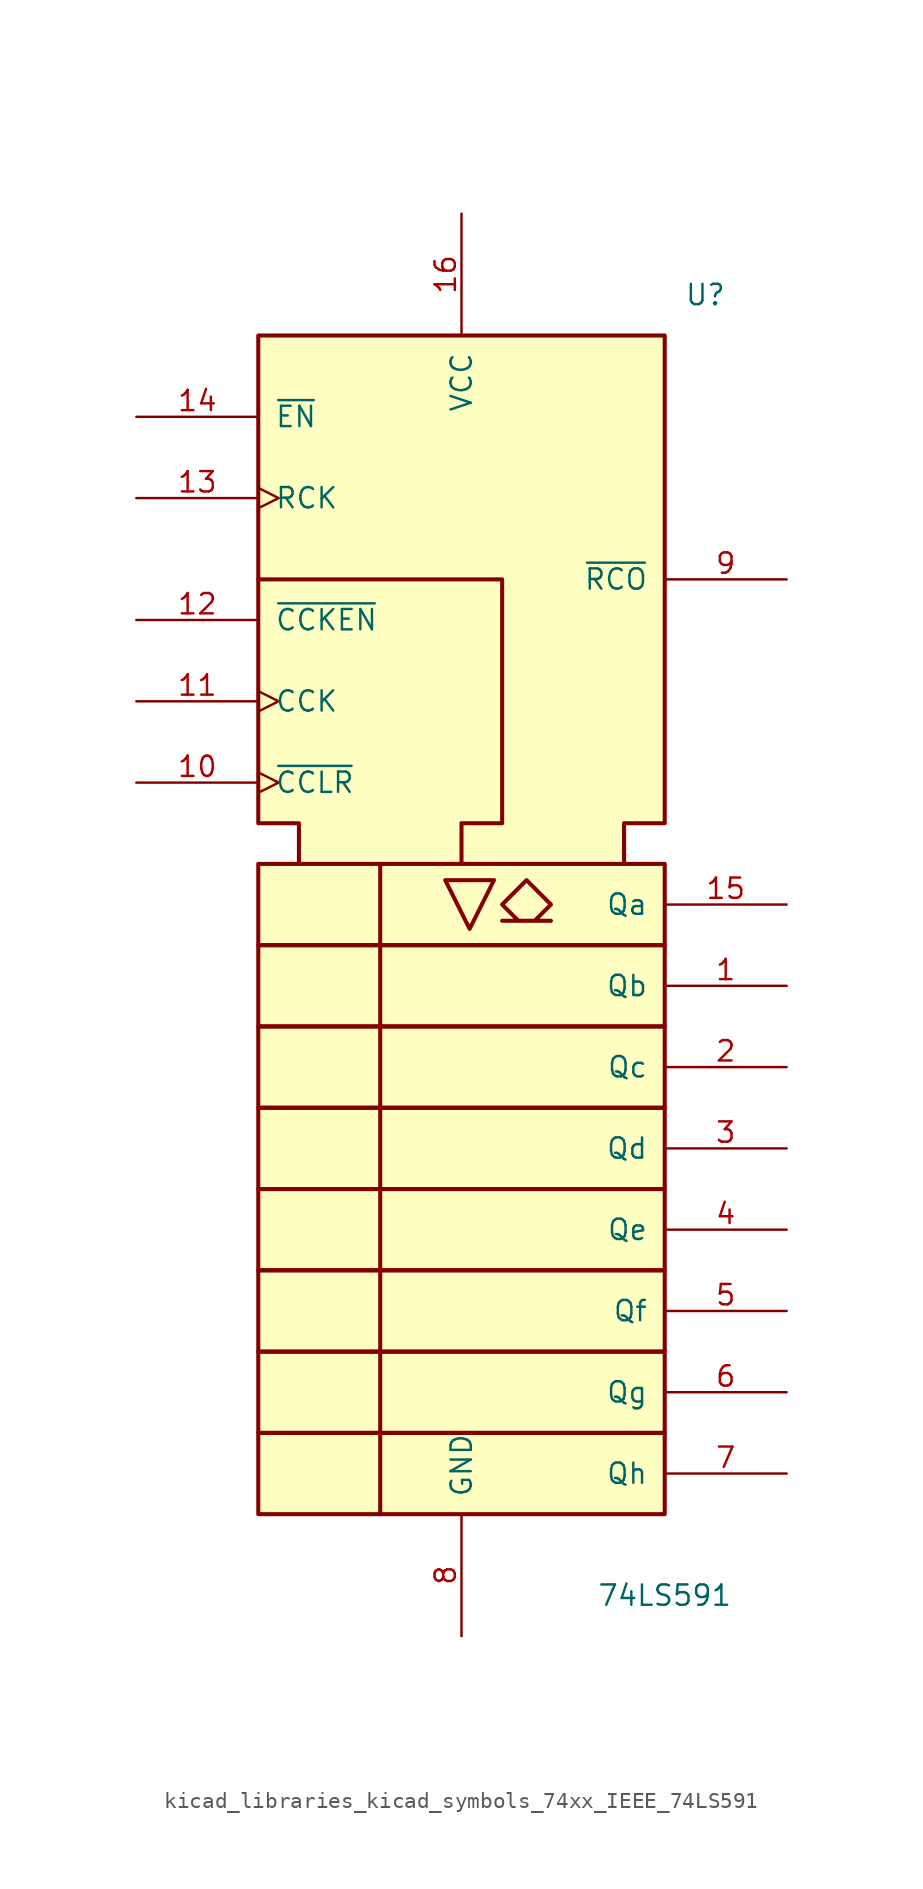
<source format=kicad_sym>
(kicad_symbol_lib
  (version 20220914)
  (generator kicad_symbol_editor)
  (symbol "kicad_libraries_kicad_symbols_74xx_IEEE_74LS591"
    (pin_names
      (offset 1.016))
    (property "Reference" "U"
      (at 15.24 40.64 0)
      (effects (font (size 1.27 1.27))))
    (property "Value" "74LS591"
      (at 12.7 -40.64 0)
      (effects (font (size 1.27 1.27))))
    (symbol "kicad_libraries_kicad_symbols_74xx_IEEE_74LS591_0_0"
      (rectangle (start -12.7 -30.48) (end 12.7 -35.56) (stroke (width 0.254) (type default)) (fill (type background)))
      (rectangle (start -12.7 -25.4) (end 12.7 -30.48) (stroke (width 0.254) (type default)) (fill (type background)))
      (rectangle (start -12.7 -20.32) (end 12.7 -25.4) (stroke (width 0.254) (type default)) (fill (type background)))
      (rectangle (start -12.7 -15.24) (end 12.7 -20.32) (stroke (width 0.254) (type default)) (fill (type background)))
      (rectangle (start -12.7 -10.16) (end 12.7 -15.24) (stroke (width 0.254) (type default)) (fill (type background)))
      (rectangle (start -12.7 -5.08) (end 12.7 -10.16) (stroke (width 0.254) (type default)) (fill (type background)))
      (rectangle (start -12.7 0) (end 12.7 -5.08) (stroke (width 0.254) (type default)) (fill (type background)))
      (rectangle (start -12.7 5.08) (end 12.7 0) (stroke (width 0.254) (type default)) (fill (type background)))
      (polyline (pts (xy -5.08 5.08) (xy -5.08 -35.56) (xy -5.08 -35.56)) (stroke (width 0.254) (type default)) (fill (type background)))
      (polyline (pts (xy -1.016 4.064) (xy 2.032 4.064) (xy 0.508 1.016) (xy -1.016 4.064) (xy -1.016 4.064)) (stroke (width 0.254) (type default)) (fill (type background)))
      (polyline (pts (xy -12.7 22.86) (xy 2.54 22.86) (xy 2.54 7.62) (xy 0 7.62) (xy 0 5.08) (xy 0 5.08)) (stroke (width 0.254) (type default)) (fill (type background)))
      (polyline (pts (xy -10.16 5.08) (xy -10.16 7.62) (xy -12.7 7.62) (xy -12.7 38.1) (xy 12.7 38.1) (xy 12.7 7.62) (xy 10.16 7.62) (xy 10.16 5.08) (xy 10.16 5.08)) (stroke (width 0.254) (type default)) (fill (type background)))
      (polyline (pts (xy 4.064 4.064) (xy 5.588 2.54) (xy 4.572 1.524) (xy 5.588 1.524) (xy 2.54 1.524) (xy 3.556 1.524) (xy 2.54 2.54) (xy 4.064 4.064) (xy 4.064 4.064)) (stroke (width 0.254) (type default)) (fill (type background))))
    (symbol "kicad_libraries_kicad_symbols_74xx_IEEE_74LS591_0_1"
      (pin power_in line (at 0 45.72 270) (length 7.62) (name "VCC" (effects (font (size 1.27 1.27)))) (number "16" (effects (font (size 1.27 1.27)))))
      (pin power_in line (at 0 -43.18 90) (length 7.62) (name "GND" (effects (font (size 1.27 1.27)))) (number "8" (effects (font (size 1.27 1.27))))))
    (symbol "kicad_libraries_kicad_symbols_74xx_IEEE_74LS591_1_1"
      (pin output line (at 20.32 -2.54 180) (length 7.62) (name "Qb" (effects (font (size 1.27 1.27)))) (number "1" (effects (font (size 1.27 1.27)))))
      (pin input clock (at -20.32 10.16 0) (length 7.62) (name "~{CCLR}" (effects (font (size 1.27 1.27)))) (number "10" (effects (font (size 1.27 1.27)))))
      (pin input clock (at -20.32 15.24 0) (length 7.62) (name "CCK" (effects (font (size 1.27 1.27)))) (number "11" (effects (font (size 1.27 1.27)))))
      (pin input line (at -20.32 20.32 0) (length 7.62) (name "~{CCKEN}" (effects (font (size 1.27 1.27)))) (number "12" (effects (font (size 1.27 1.27)))))
      (pin input clock (at -20.32 27.94 0) (length 7.62) (name "RCK" (effects (font (size 1.27 1.27)))) (number "13" (effects (font (size 1.27 1.27)))))
      (pin input line (at -20.32 33.02 0) (length 7.62) (name "~{EN}" (effects (font (size 1.27 1.27)))) (number "14" (effects (font (size 1.27 1.27)))))
      (pin output line (at 20.32 2.54 180) (length 7.62) (name "Qa" (effects (font (size 1.27 1.27)))) (number "15" (effects (font (size 1.27 1.27)))))
      (pin output line (at 20.32 -7.62 180) (length 7.62) (name "Qc" (effects (font (size 1.27 1.27)))) (number "2" (effects (font (size 1.27 1.27)))))
      (pin output line (at 20.32 -12.7 180) (length 7.62) (name "Qd" (effects (font (size 1.27 1.27)))) (number "3" (effects (font (size 1.27 1.27)))))
      (pin output line (at 20.32 -17.78 180) (length 7.62) (name "Qe" (effects (font (size 1.27 1.27)))) (number "4" (effects (font (size 1.27 1.27)))))
      (pin output line (at 20.32 -22.86 180) (length 7.62) (name "Qf" (effects (font (size 1.27 1.27)))) (number "5" (effects (font (size 1.27 1.27)))))
      (pin output line (at 20.32 -27.94 180) (length 7.62) (name "Qg" (effects (font (size 1.27 1.27)))) (number "6" (effects (font (size 1.27 1.27)))))
      (pin output line (at 20.32 -33.02 180) (length 7.62) (name "Qh" (effects (font (size 1.27 1.27)))) (number "7" (effects (font (size 1.27 1.27)))))
      (pin output line (at 20.32 22.86 180) (length 7.62) (name "~{RCO}" (effects (font (size 1.27 1.27)))) (number "9" (effects (font (size 1.27 1.27))))))))
</source>
